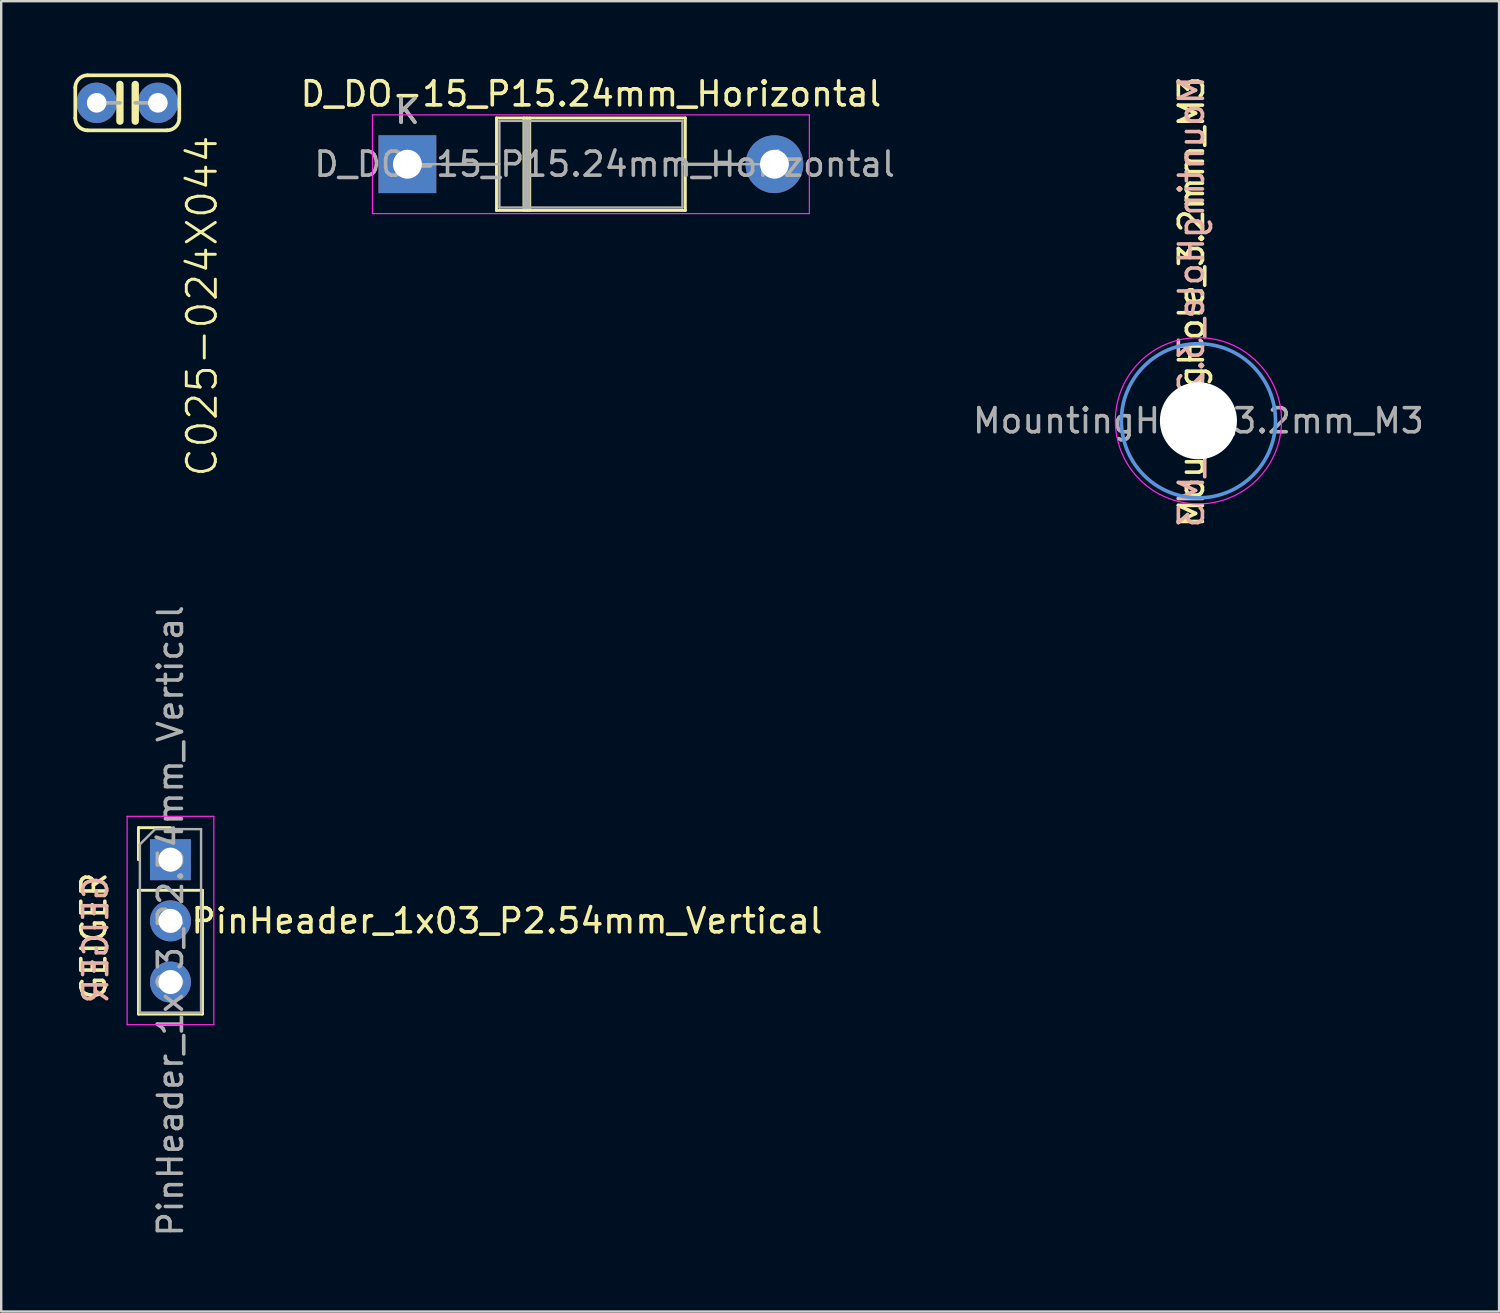
<source format=kicad_pcb>
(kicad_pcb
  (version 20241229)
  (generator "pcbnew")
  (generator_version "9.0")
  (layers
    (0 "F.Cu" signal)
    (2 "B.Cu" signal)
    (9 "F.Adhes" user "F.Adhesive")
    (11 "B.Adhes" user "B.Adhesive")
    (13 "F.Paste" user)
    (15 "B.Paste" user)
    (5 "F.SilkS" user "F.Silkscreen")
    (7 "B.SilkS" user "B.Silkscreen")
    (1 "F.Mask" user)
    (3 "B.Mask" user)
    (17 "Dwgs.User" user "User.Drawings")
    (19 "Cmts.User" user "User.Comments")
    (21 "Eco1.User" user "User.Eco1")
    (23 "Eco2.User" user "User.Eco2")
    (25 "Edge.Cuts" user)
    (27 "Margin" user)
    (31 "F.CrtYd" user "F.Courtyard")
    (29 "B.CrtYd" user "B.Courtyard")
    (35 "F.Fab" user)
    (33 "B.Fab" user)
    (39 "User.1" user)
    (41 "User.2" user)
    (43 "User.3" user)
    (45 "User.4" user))
  (footprint "D_DO-15_P15.24mm_Horizontal"
    (layer "F.Cu")
    (at 13.865 3.768)
    (property "Reference" "D_DO-15_P15.24mm_Horizontal" (at 7.62 -2.92 0) (layer "F.SilkS") (effects (font (size 1 1) (thickness 0.15))))
    (attr through_hole)
    (fp_line (start 1.44 0) (end 3.7 0) (stroke (width 0.12) (type solid)) (layer "F.SilkS"))
    (fp_line (start 3.7 -1.92) (end 3.7 1.92) (stroke (width 0.12) (type solid)) (layer "F.SilkS"))
    (fp_line (start 3.7 1.92) (end 11.54 1.92) (stroke (width 0.12) (type solid)) (layer "F.SilkS"))
    (fp_line (start 4.84 -1.92) (end 4.84 1.92) (stroke (width 0.12) (type solid)) (layer "F.SilkS"))
    (fp_line (start 4.96 -1.92) (end 4.96 1.92) (stroke (width 0.12) (type solid)) (layer "F.SilkS"))
    (fp_line (start 5.08 -1.92) (end 5.08 1.92) (stroke (width 0.12) (type solid)) (layer "F.SilkS"))
    (fp_line (start 11.54 -1.92) (end 3.7 -1.92) (stroke (width 0.12) (type solid)) (layer "F.SilkS"))
    (fp_line (start 11.54 1.92) (end 11.54 -1.92) (stroke (width 0.12) (type solid)) (layer "F.SilkS"))
    (fp_line (start 13.8 0) (end 11.54 0) (stroke (width 0.12) (type solid)) (layer "F.SilkS"))
    (fp_line (start -1.45 -2.05) (end -1.45 2.05) (stroke (width 0.05) (type solid)) (layer "F.CrtYd"))
    (fp_line (start -1.45 2.05) (end 16.69 2.05) (stroke (width 0.05) (type solid)) (layer "F.CrtYd"))
    (fp_line (start 16.69 -2.05) (end -1.45 -2.05) (stroke (width 0.05) (type solid)) (layer "F.CrtYd"))
    (fp_line (start 16.69 2.05) (end 16.69 -2.05) (stroke (width 0.05) (type solid)) (layer "F.CrtYd"))
    (fp_line (start 0 0) (end 3.82 0) (stroke (width 0.1) (type solid)) (layer "F.Fab"))
    (fp_line (start 3.82 -1.8) (end 3.82 1.8) (stroke (width 0.1) (type solid)) (layer "F.Fab"))
    (fp_line (start 3.82 1.8) (end 11.42 1.8) (stroke (width 0.1) (type solid)) (layer "F.Fab"))
    (fp_line (start 4.86 -1.8) (end 4.86 1.8) (stroke (width 0.1) (type solid)) (layer "F.Fab"))
    (fp_line (start 4.96 -1.8) (end 4.96 1.8) (stroke (width 0.1) (type solid)) (layer "F.Fab"))
    (fp_line (start 5.06 -1.8) (end 5.06 1.8) (stroke (width 0.1) (type solid)) (layer "F.Fab"))
    (fp_line (start 11.42 -1.8) (end 3.82 -1.8) (stroke (width 0.1) (type solid)) (layer "F.Fab"))
    (fp_line (start 11.42 1.8) (end 11.42 -1.8) (stroke (width 0.1) (type solid)) (layer "F.Fab"))
    (fp_line (start 15.24 0) (end 11.42 0) (stroke (width 0.1) (type solid)) (layer "F.Fab"))
    (fp_text user "K" (at 0 -2.2 0) (layer "F.SilkS") (effects (font (size 1 1) (thickness 0.15))))
    (fp_text user "K" (at 0 -2.2 0) (layer "F.Fab") (effects (font (size 1 1) (thickness 0.15))))
    (fp_text user "${REFERENCE}" (at 8.19 0 0) (layer "F.Fab") (effects (font (size 1 1) (thickness 0.15))))
    (pad "1" thru_hole rect (at 0 0) (size 2.4 2.4) (drill 1.2) (layers "*.Cu" "*.Mask"))
    (pad "2" thru_hole oval (at 15.24 0) (size 2.4 2.4) (drill 1.2) (layers "*.Cu" "*.Mask")))
  (footprint "C025-024X044"
    (layer "F.Cu")
    (at 2.235 1.219)
    (property "Reference" "C025-024X044" (at 3.81 1.27 270) (layer "F.SilkS") (effects (font (size 1.206 1.206) (thickness 0.121)) (justify right bottom)))
    (attr through_hole)
    (fp_line (start -2.159 0.635) (end -2.159 -0.635) (stroke (width 0.152) (type solid)) (layer "F.SilkS"))
    (fp_line (start -0.305 -0.762) (end -0.305 0.762) (stroke (width 0.305) (type solid)) (layer "F.SilkS"))
    (fp_line (start 0.33 -0.762) (end 0.33 0.762) (stroke (width 0.305) (type solid)) (layer "F.SilkS"))
    (fp_line (start 1.651 -1.143) (end -1.651 -1.143) (stroke (width 0.152) (type solid)) (layer "F.SilkS"))
    (fp_line (start 1.651 1.143) (end -1.651 1.143) (stroke (width 0.152) (type solid)) (layer "F.SilkS"))
    (fp_line (start 2.159 0.635) (end 2.159 -0.635) (stroke (width 0.152) (type solid)) (layer "F.SilkS"))
    (fp_arc (start -2.159 -0.635) (mid -2.01021 -0.99421) (end -1.651 -1.143) (stroke (width 0.1524) (type solid)) (layer "F.SilkS"))
    (fp_arc (start -1.651 1.143) (mid -2.01021 0.99421) (end -2.159 0.635) (stroke (width 0.1524) (type solid)) (layer "F.SilkS"))
    (fp_arc (start 1.651 -1.143) (mid 2.01021 -0.99421) (end 2.159 -0.635) (stroke (width 0.1524) (type solid)) (layer "F.SilkS"))
    (fp_arc (start 2.159 0.635) (mid 2.01021 0.99421) (end 1.651 1.143) (stroke (width 0.1524) (type solid)) (layer "F.SilkS"))
    (fp_line (start -1.27 0) (end -0.305 0) (stroke (width 0.152) (type solid)) (layer "F.Fab"))
    (fp_line (start 1.27 0) (end 0.33 0) (stroke (width 0.152) (type solid)) (layer "F.Fab"))
    (pad "1" thru_hole circle (at -1.27 0) (size 1.676 1.676) (drill 0.813) (layers "*.Cu" "*.Mask"))
    (pad "2" thru_hole circle (at 1.27 0) (size 1.676 1.676) (drill 0.813) (layers "*.Cu" "*.Mask")))
  (footprint "PinHeader_1x03_P2.54mm_Vertical"
    (layer "F.Cu")
    (at 4.028 32.645)
    (property "Reference" "PinHeader_1x03_P2.54mm_Vertical" (at 13.97 2.54 0) (layer "F.SilkS") (effects (font (size 1 1) (thickness 0.15))))
    (attr through_hole)
    (fp_line (start -1.33 -1.33) (end 0 -1.33) (stroke (width 0.12) (type solid)) (layer "F.SilkS"))
    (fp_line (start -1.33 0) (end -1.33 -1.33) (stroke (width 0.12) (type solid)) (layer "F.SilkS"))
    (fp_line (start -1.33 1.27) (end -1.33 6.41) (stroke (width 0.12) (type solid)) (layer "F.SilkS"))
    (fp_line (start -1.33 1.27) (end 1.33 1.27) (stroke (width 0.12) (type solid)) (layer "F.SilkS"))
    (fp_line (start -1.33 6.41) (end 1.33 6.41) (stroke (width 0.12) (type solid)) (layer "F.SilkS"))
    (fp_line (start 1.33 1.27) (end 1.33 6.41) (stroke (width 0.12) (type solid)) (layer "F.SilkS"))
    (fp_line (start -1.8 -1.8) (end -1.8 6.85) (stroke (width 0.05) (type solid)) (layer "F.CrtYd"))
    (fp_line (start -1.8 6.85) (end 1.8 6.85) (stroke (width 0.05) (type solid)) (layer "F.CrtYd"))
    (fp_line (start 1.8 -1.8) (end -1.8 -1.8) (stroke (width 0.05) (type solid)) (layer "F.CrtYd"))
    (fp_line (start 1.8 6.85) (end 1.8 -1.8) (stroke (width 0.05) (type solid)) (layer "F.CrtYd"))
    (fp_line (start -1.27 -0.635) (end -0.635 -1.27) (stroke (width 0.1) (type solid)) (layer "F.Fab"))
    (fp_line (start -1.27 6.35) (end -1.27 -0.635) (stroke (width 0.1) (type solid)) (layer "F.Fab"))
    (fp_line (start -0.635 -1.27) (end 1.27 -1.27) (stroke (width 0.1) (type solid)) (layer "F.Fab"))
    (fp_line (start 1.27 -1.27) (end 1.27 6.35) (stroke (width 0.1) (type solid)) (layer "F.Fab"))
    (fp_line (start 1.27 6.35) (end -1.27 6.35) (stroke (width 0.1) (type solid)) (layer "F.Fab"))
    (fp_text user "GEIGER " (at -3.179 2.797 270) (layer "F.SilkS") (effects (font (size 1 1) (thickness 0.15))))
    (fp_text user "GEIGER " (at -3.104 3.697 90) (layer "B.SilkS") (effects (font (size 1 1) (thickness 0.15)) (justify mirror)))
    (fp_text user "${REFERENCE}" (at 0 2.54 270) (layer "F.Fab") (effects (font (size 1 1) (thickness 0.15))))
    (pad "1" thru_hole rect (at 0 0) (size 1.7 1.7) (drill 1) (layers "*.Cu" "*.Mask"))
    (pad "2" thru_hole oval (at 0 2.54) (size 1.7 1.7) (drill 1) (layers "*.Cu" "*.Mask"))
    (pad "3" thru_hole oval (at 0 5.08) (size 1.7 1.7) (drill 1) (layers "*.Cu" "*.Mask")))
  (footprint "MountingHole_3.2mm_M3"
    (layer "F.Cu")
    (at 46.71 14.421)
    (property "Reference" "MountingHole_3.2mm_M3" (at -0.289 -4.939 90) (layer "F.SilkS") (effects (font (size 1 1) (thickness 0.15))))
    (attr exclude_from_pos_files)
    (fp_circle (center 0 0) (end 3.2 0) (stroke (width 0.15) (type solid)) (fill no) (layer "Cmts.User"))
    (fp_circle (center 0 0) (end 3.45 0) (stroke (width 0.05) (type solid)) (fill no) (layer "F.CrtYd"))
    (fp_text user "${REFERENCE}" (at -0.289 -4.939 90) (layer "B.SilkS") (effects (font (size 1 1) (thickness 0.15)) (justify mirror)))
    (fp_text user "${REFERENCE}" (at 0 0 0) (layer "F.Fab") (effects (font (size 1 1) (thickness 0.15))))
    (pad "" np_thru_hole circle (at 0 0) (size 3.2 3.2) (drill 3.2) (layers "*.Cu" "*.Mask")))
  (gr_rect
    (start -3 -3)
    (end 59.192 51.405)
    (stroke (width 0.1) (type default))
    (fill no)
    (layer "Edge.Cuts")))
</source>
